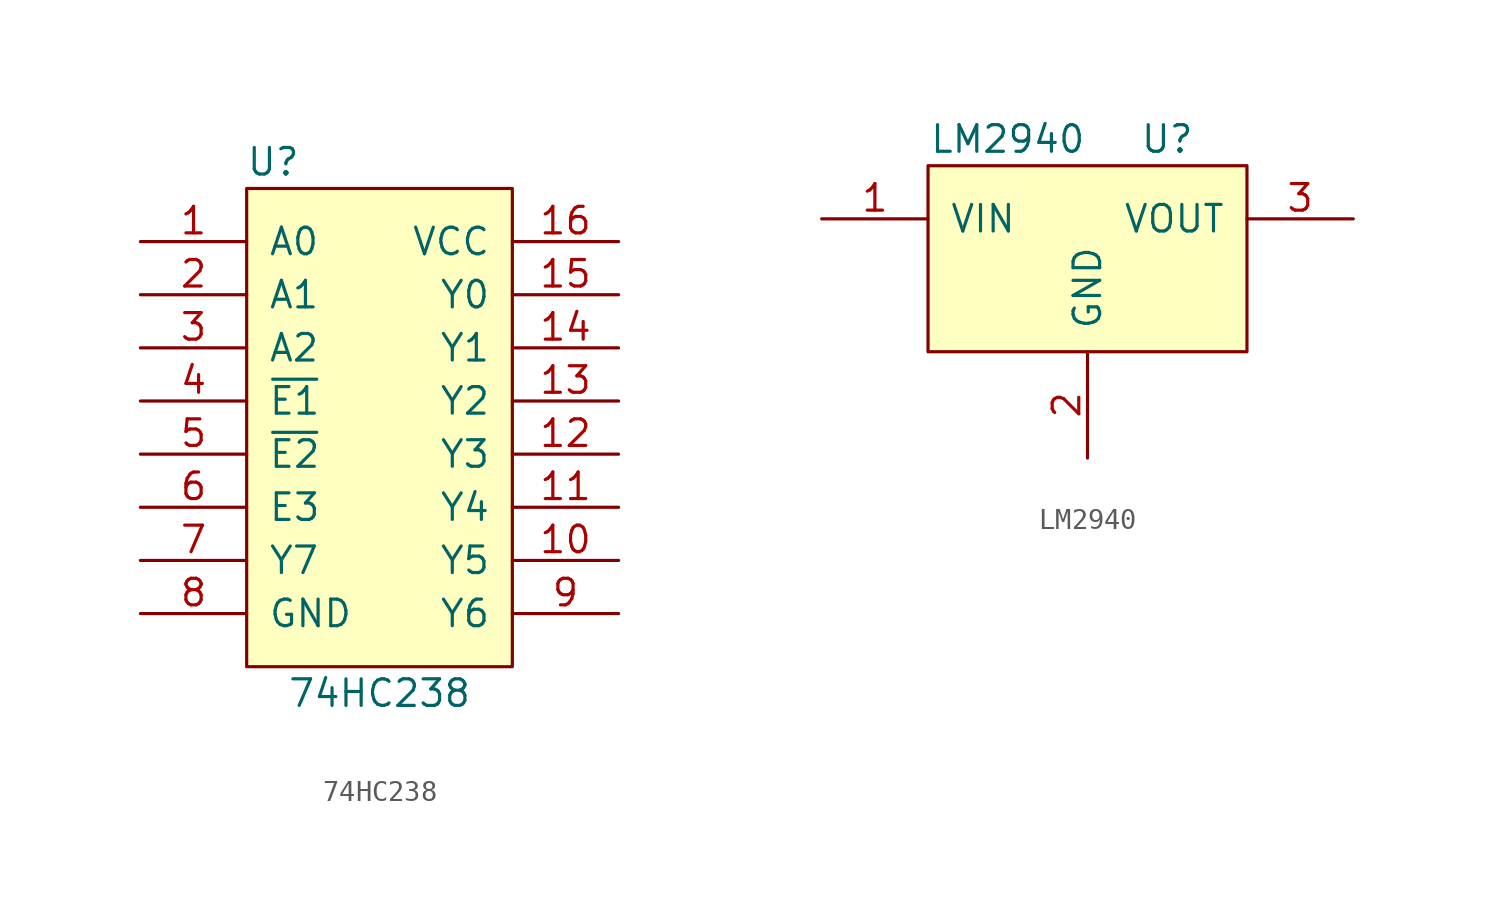
<source format=kicad_sym>
(kicad_symbol_lib
  (version 20211014)
  (generator kicad_symbol_editor)
  (symbol "74HC238"
    (pin_names
      (offset 1.016))
    (property "Reference" "U"
      (at -5.08 12.7 0)
      (effects (font (size 1.27 1.27))))
    (property "Value" "74HC238"
      (at 0 -12.7 0)
      (effects (font (size 1.27 1.27))))
    (symbol "74HC238_0_1"
      (rectangle (start -6.35 11.43) (end 6.35 -11.43) (stroke (width 0) (type default) (color 0 0 0 0)) (fill (type background))))
    (symbol "74HC238_1_1"
      (pin input line (at -11.43 8.89 0) (length 5.08) (name "A0" (effects (font (size 1.27 1.27)))) (number "1" (effects (font (size 1.27 1.27)))))
      (pin input line (at 11.43 -6.35 180) (length 5.08) (name "Y5" (effects (font (size 1.27 1.27)))) (number "10" (effects (font (size 1.27 1.27)))))
      (pin input line (at 11.43 -3.81 180) (length 5.08) (name "Y4" (effects (font (size 1.27 1.27)))) (number "11" (effects (font (size 1.27 1.27)))))
      (pin input line (at 11.43 -1.27 180) (length 5.08) (name "Y3" (effects (font (size 1.27 1.27)))) (number "12" (effects (font (size 1.27 1.27)))))
      (pin input line (at 11.43 1.27 180) (length 5.08) (name "Y2" (effects (font (size 1.27 1.27)))) (number "13" (effects (font (size 1.27 1.27)))))
      (pin input line (at 11.43 3.81 180) (length 5.08) (name "Y1" (effects (font (size 1.27 1.27)))) (number "14" (effects (font (size 1.27 1.27)))))
      (pin input line (at 11.43 6.35 180) (length 5.08) (name "Y0" (effects (font (size 1.27 1.27)))) (number "15" (effects (font (size 1.27 1.27)))))
      (pin input line (at 11.43 8.89 180) (length 5.08) (name "VCC" (effects (font (size 1.27 1.27)))) (number "16" (effects (font (size 1.27 1.27)))))
      (pin input line (at -11.43 6.35 0) (length 5.08) (name "A1" (effects (font (size 1.27 1.27)))) (number "2" (effects (font (size 1.27 1.27)))))
      (pin input line (at -11.43 3.81 0) (length 5.08) (name "A2" (effects (font (size 1.27 1.27)))) (number "3" (effects (font (size 1.27 1.27)))))
      (pin input line (at -11.43 1.27 0) (length 5.08) (name "~{E1}" (effects (font (size 1.27 1.27)))) (number "4" (effects (font (size 1.27 1.27)))))
      (pin input line (at -11.43 -1.27 0) (length 5.08) (name "~{E2}" (effects (font (size 1.27 1.27)))) (number "5" (effects (font (size 1.27 1.27)))))
      (pin input line (at -11.43 -3.81 0) (length 5.08) (name "E3" (effects (font (size 1.27 1.27)))) (number "6" (effects (font (size 1.27 1.27)))))
      (pin input line (at -11.43 -6.35 0) (length 5.08) (name "Y7" (effects (font (size 1.27 1.27)))) (number "7" (effects (font (size 1.27 1.27)))))
      (pin input line (at -11.43 -8.89 0) (length 5.08) (name "GND" (effects (font (size 1.27 1.27)))) (number "8" (effects (font (size 1.27 1.27)))))
      (pin input line (at 11.43 -8.89 180) (length 5.08) (name "Y6" (effects (font (size 1.27 1.27)))) (number "9" (effects (font (size 1.27 1.27)))))))
  (symbol "LM2940"
    (pin_names
      (offset 1.016))
    (property "Reference" "U"
      (at 3.81 10.16 0)
      (effects (font (size 1.27 1.27))))
    (property "Value" "LM2940"
      (at -3.81 10.16 0)
      (effects (font (size 1.27 1.27))))
    (symbol "LM2940_0_1"
      (rectangle (start -7.62 8.89) (end 7.62 0) (stroke (width 0) (type default) (color 0 0 0 0)) (fill (type background))))
    (symbol "LM2940_1_1"
      (pin input line (at -12.7 6.35 0) (length 5.08) (name "VIN" (effects (font (size 1.27 1.27)))) (number "1" (effects (font (size 1.27 1.27)))))
      (pin input line (at 0 -5.08 90) (length 5.08) (name "GND" (effects (font (size 1.27 1.27)))) (number "2" (effects (font (size 1.27 1.27)))))
      (pin input line (at 12.7 6.35 180) (length 5.08) (name "VOUT" (effects (font (size 1.27 1.27)))) (number "3" (effects (font (size 1.27 1.27))))))))
</source>
